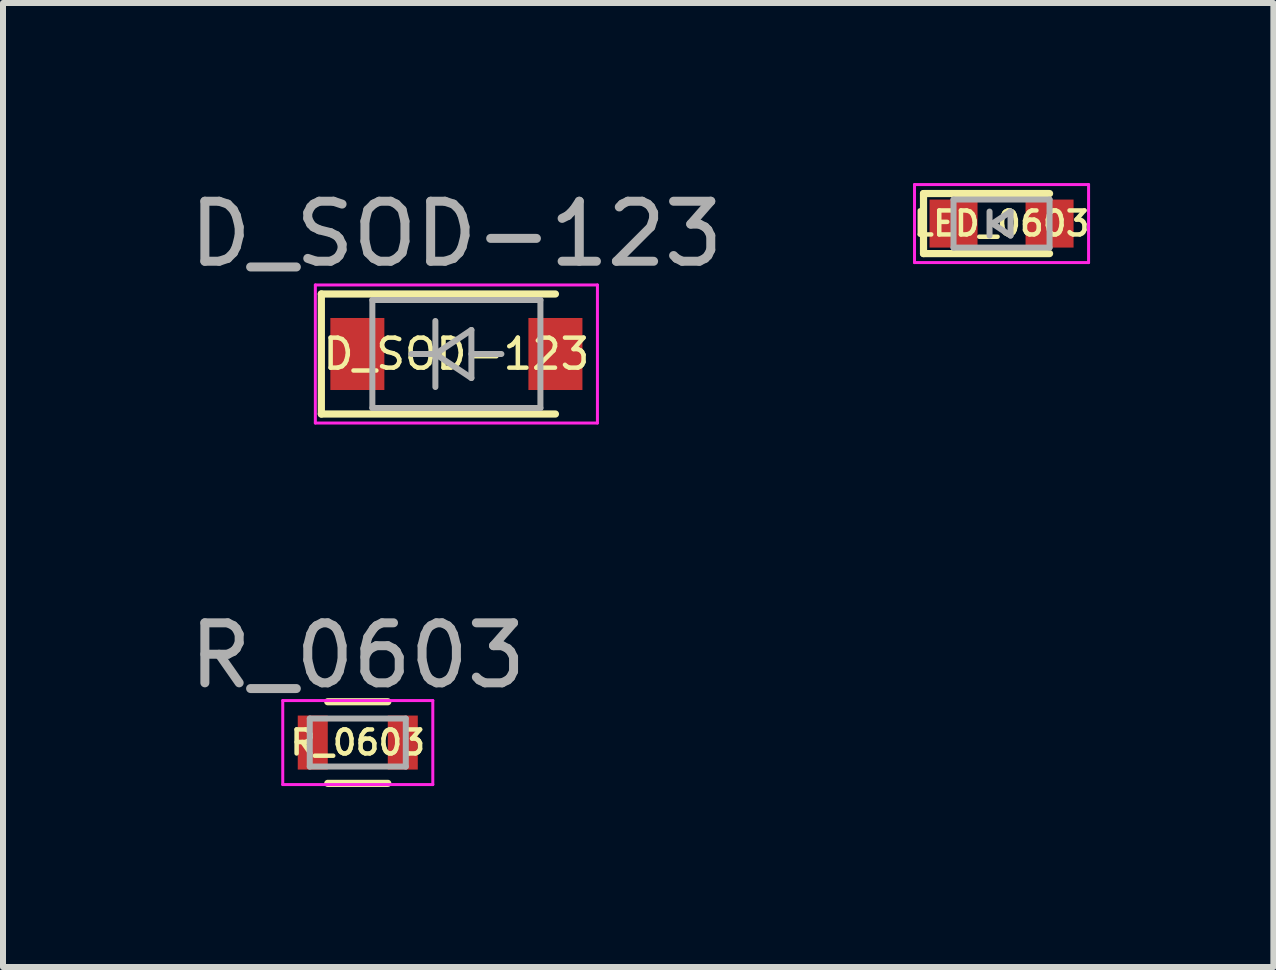
<source format=kicad_pcb>
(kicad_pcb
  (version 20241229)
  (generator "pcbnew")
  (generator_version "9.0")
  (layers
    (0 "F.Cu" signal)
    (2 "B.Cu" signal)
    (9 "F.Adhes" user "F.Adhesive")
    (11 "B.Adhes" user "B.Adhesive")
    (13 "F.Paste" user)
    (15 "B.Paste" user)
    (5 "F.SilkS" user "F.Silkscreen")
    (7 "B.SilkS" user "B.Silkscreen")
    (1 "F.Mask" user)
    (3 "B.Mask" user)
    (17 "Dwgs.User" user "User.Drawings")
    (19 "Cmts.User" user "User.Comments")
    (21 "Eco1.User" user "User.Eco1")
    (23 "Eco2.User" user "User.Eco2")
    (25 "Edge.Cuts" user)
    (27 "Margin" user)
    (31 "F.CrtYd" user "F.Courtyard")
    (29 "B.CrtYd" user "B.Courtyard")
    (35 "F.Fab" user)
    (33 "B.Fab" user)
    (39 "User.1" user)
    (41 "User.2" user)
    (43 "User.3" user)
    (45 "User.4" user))
  (footprint "D_SOD-123"
    (layer "F.Cu")
    (at 4.554 2.848)
    (property "Reference" "D_SOD-123" (at 0 0 0) (layer "F.SilkS") (effects (font (size 0.5 0.5) (thickness 0.075))))
    (attr smd)
    (fp_line (start -2.25 -1) (end -2.25 1) (stroke (width 0.12) (type solid)) (layer "F.SilkS"))
    (fp_line (start -2.25 -1) (end 1.65 -1) (stroke (width 0.12) (type solid)) (layer "F.SilkS"))
    (fp_line (start -2.25 1) (end 1.65 1) (stroke (width 0.12) (type solid)) (layer "F.SilkS"))
    (fp_line (start -2.35 -1.15) (end -2.35 1.15) (stroke (width 0.05) (type solid)) (layer "F.CrtYd"))
    (fp_line (start -2.35 -1.15) (end 2.35 -1.15) (stroke (width 0.05) (type solid)) (layer "F.CrtYd"))
    (fp_line (start 2.35 -1.15) (end 2.35 1.15) (stroke (width 0.05) (type solid)) (layer "F.CrtYd"))
    (fp_line (start 2.35 1.15) (end -2.35 1.15) (stroke (width 0.05) (type solid)) (layer "F.CrtYd"))
    (fp_line (start -1.4 -0.9) (end 1.4 -0.9) (stroke (width 0.1) (type solid)) (layer "F.Fab"))
    (fp_line (start -1.4 0.9) (end -1.4 -0.9) (stroke (width 0.1) (type solid)) (layer "F.Fab"))
    (fp_line (start -0.75 0) (end -0.35 0) (stroke (width 0.1) (type solid)) (layer "F.Fab"))
    (fp_line (start -0.35 0) (end -0.35 -0.55) (stroke (width 0.1) (type solid)) (layer "F.Fab"))
    (fp_line (start -0.35 0) (end -0.35 0.55) (stroke (width 0.1) (type solid)) (layer "F.Fab"))
    (fp_line (start -0.35 0) (end 0.25 -0.4) (stroke (width 0.1) (type solid)) (layer "F.Fab"))
    (fp_line (start 0.25 -0.4) (end 0.25 0.4) (stroke (width 0.1) (type solid)) (layer "F.Fab"))
    (fp_line (start 0.25 0) (end 0.75 0) (stroke (width 0.1) (type solid)) (layer "F.Fab"))
    (fp_line (start 0.25 0.4) (end -0.35 0) (stroke (width 0.1) (type solid)) (layer "F.Fab"))
    (fp_line (start 1.4 -0.9) (end 1.4 0.9) (stroke (width 0.1) (type solid)) (layer "F.Fab"))
    (fp_line (start 1.4 0.9) (end -1.4 0.9) (stroke (width 0.1) (type solid)) (layer "F.Fab"))
    (fp_text user "${REFERENCE}" (at 0 -2 0) (layer "F.Fab") (effects (font (size 1 1) (thickness 0.15))))
    (pad "1" smd rect (at -1.65 0) (size 0.9 1.2) (layers "F.Cu" "F.Mask" "F.Paste"))
    (pad "2" smd rect (at 1.65 0) (size 0.9 1.2) (layers "F.Cu" "F.Mask" "F.Paste")))
  (footprint "R_0603"
    (layer "F.Cu")
    (at 2.911 9.322)
    (property "Reference" "R_0603" (at 0 -1.45 0) (layer "F.Fab") (effects (font (size 1 1) (thickness 0.15))))
    (attr smd)
    (fp_line (start -0.5 -0.68) (end 0.5 -0.68) (stroke (width 0.12) (type solid)) (layer "F.SilkS"))
    (fp_line (start 0.5 0.68) (end -0.5 0.68) (stroke (width 0.12) (type solid)) (layer "F.SilkS"))
    (fp_line (start -1.25 -0.7) (end -1.25 0.7) (stroke (width 0.05) (type solid)) (layer "F.CrtYd"))
    (fp_line (start -1.25 -0.7) (end 1.25 -0.7) (stroke (width 0.05) (type solid)) (layer "F.CrtYd"))
    (fp_line (start 1.25 0.7) (end -1.25 0.7) (stroke (width 0.05) (type solid)) (layer "F.CrtYd"))
    (fp_line (start 1.25 0.7) (end 1.25 -0.7) (stroke (width 0.05) (type solid)) (layer "F.CrtYd"))
    (fp_line (start -0.8 -0.4) (end 0.8 -0.4) (stroke (width 0.1) (type solid)) (layer "F.Fab"))
    (fp_line (start -0.8 0.4) (end -0.8 -0.4) (stroke (width 0.1) (type solid)) (layer "F.Fab"))
    (fp_line (start 0.8 -0.4) (end 0.8 0.4) (stroke (width 0.1) (type solid)) (layer "F.Fab"))
    (fp_line (start 0.8 0.4) (end -0.8 0.4) (stroke (width 0.1) (type solid)) (layer "F.Fab"))
    (fp_text user "${REFERENCE}" (at 0 0 0) (layer "F.SilkS") (effects (font (size 0.4 0.4) (thickness 0.075))))
    (pad "1" smd rect (at -0.75 0) (size 0.5 0.9) (layers "F.Cu" "F.Mask" "F.Paste"))
    (pad "2" smd rect (at 0.75 0) (size 0.5 0.9) (layers "F.Cu" "F.Mask" "F.Paste")))
  (footprint "LED_0603"
    (layer "F.Cu")
    (at 13.637 0.675)
    (property "Reference" "LED_0603" (at 0 0 0) (layer "F.SilkS") (effects (font (size 0.4 0.4) (thickness 0.075))))
    (attr smd)
    (fp_line (start -1.3 -0.5) (end -1.3 0.5) (stroke (width 0.12) (type solid)) (layer "F.SilkS"))
    (fp_line (start -1.3 -0.5) (end 0.8 -0.5) (stroke (width 0.12) (type solid)) (layer "F.SilkS"))
    (fp_line (start -1.3 0.5) (end 0.8 0.5) (stroke (width 0.12) (type solid)) (layer "F.SilkS"))
    (fp_line (start -1.45 -0.65) (end 1.45 -0.65) (stroke (width 0.05) (type solid)) (layer "F.CrtYd"))
    (fp_line (start -1.45 0.65) (end -1.45 -0.65) (stroke (width 0.05) (type solid)) (layer "F.CrtYd"))
    (fp_line (start 1.45 -0.65) (end 1.45 0.65) (stroke (width 0.05) (type solid)) (layer "F.CrtYd"))
    (fp_line (start 1.45 0.65) (end -1.45 0.65) (stroke (width 0.05) (type solid)) (layer "F.CrtYd"))
    (fp_line (start -0.8 -0.4) (end 0.8 -0.4) (stroke (width 0.1) (type solid)) (layer "F.Fab"))
    (fp_line (start -0.8 0.4) (end -0.8 -0.4) (stroke (width 0.1) (type solid)) (layer "F.Fab"))
    (fp_line (start -0.2 -0.2) (end -0.2 0.2) (stroke (width 0.1) (type solid)) (layer "F.Fab"))
    (fp_line (start -0.15 0) (end 0.15 -0.2) (stroke (width 0.1) (type solid)) (layer "F.Fab"))
    (fp_line (start 0.15 -0.2) (end 0.15 0.2) (stroke (width 0.1) (type solid)) (layer "F.Fab"))
    (fp_line (start 0.15 0.2) (end -0.15 0) (stroke (width 0.1) (type solid)) (layer "F.Fab"))
    (fp_line (start 0.8 -0.4) (end 0.8 0.4) (stroke (width 0.1) (type solid)) (layer "F.Fab"))
    (fp_line (start 0.8 0.4) (end -0.8 0.4) (stroke (width 0.1) (type solid)) (layer "F.Fab"))
    (pad "1" smd rect (at -0.8 0 180) (size 0.8 0.8) (layers "F.Cu" "F.Mask" "F.Paste"))
    (pad "2" smd rect (at 0.8 0 180) (size 0.8 0.8) (layers "F.Cu" "F.Mask" "F.Paste")))
  (gr_rect
    (start -3 -3)
    (end 18.166 13.062)
    (stroke (width 0.1) (type default))
    (fill no)
    (layer "Edge.Cuts")))
</source>
